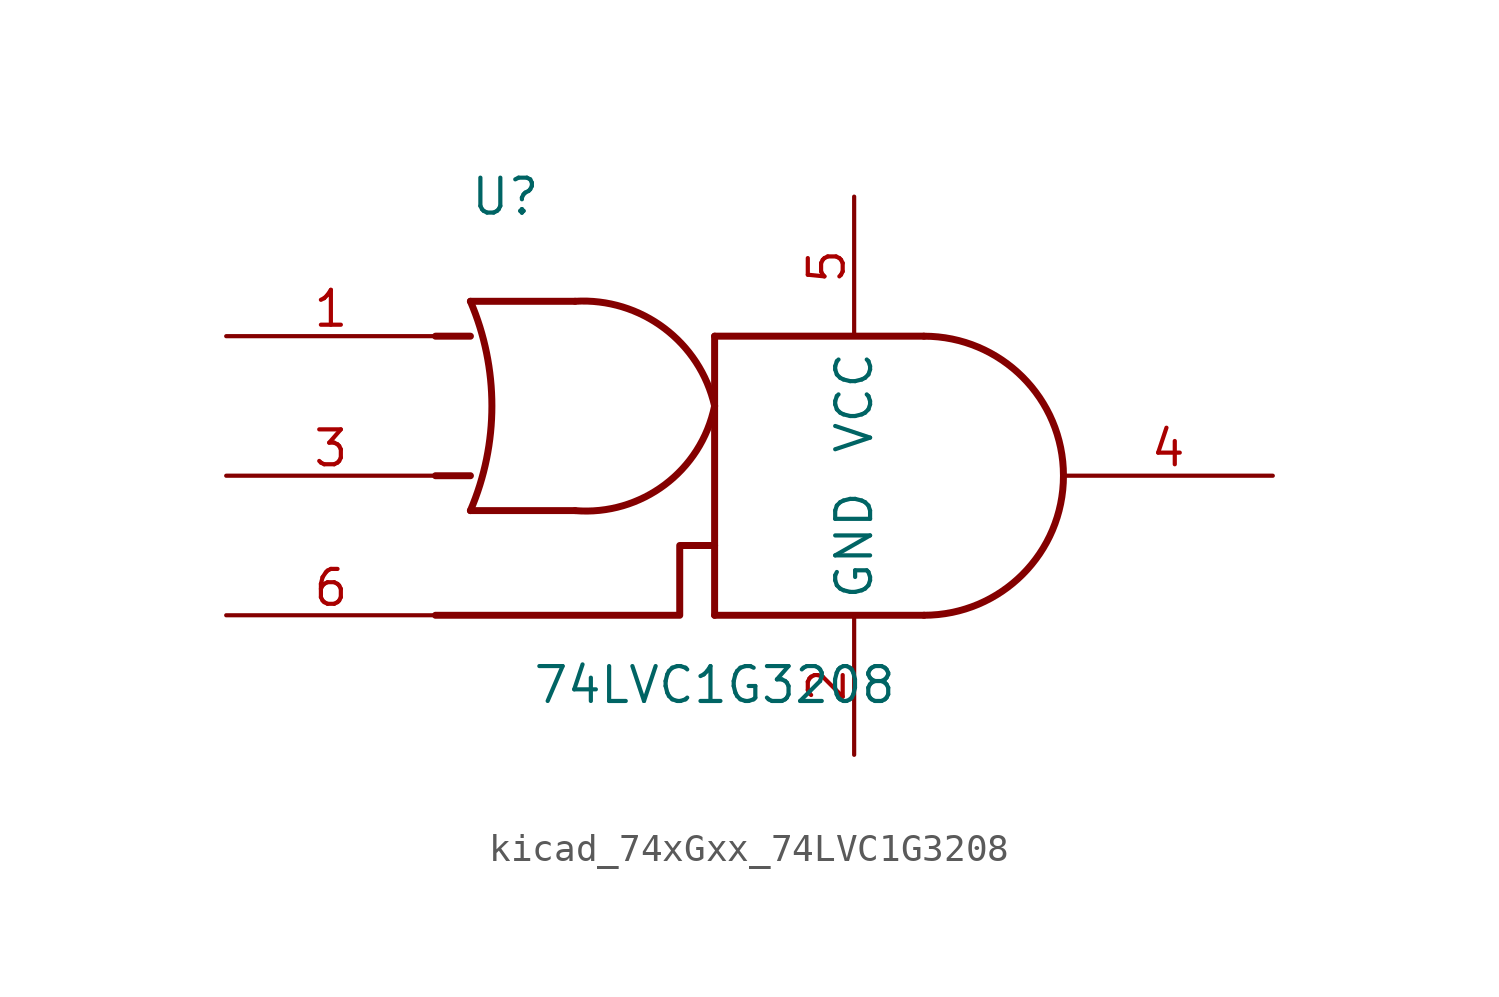
<source format=kicad_sym>
(kicad_symbol_lib
  (version 20220914)
  (generator kicad_symbol_editor)
  (symbol "kicad_74xGxx_74LVC1G3208"
    (property "Reference" "U"
      (at -7.62 10.16 0)
      (effects (font (size 1.27 1.27))))
    (property "Value" "74LVC1G3208"
      (at 0 -7.62 0)
      (effects (font (size 1.27 1.27))))
    (symbol "kicad_74xGxx_74LVC1G3208_0_1"
      (arc (start -8.89 -1.27) (mid -8.108 2.54) (end -8.89 6.35) (stroke (width 0.254) (type default)) (fill (type none)))
      (arc (start -5.08 -1.27) (mid -1.8194 -0.3322) (end 0 2.54) (stroke (width 0.254) (type default)) (fill (type none)))
      (polyline (pts (xy -10.16 0) (xy -8.89 0)) (stroke (width 0.254) (type default)) (fill (type background)))
      (polyline (pts (xy -10.16 5.08) (xy -8.89 5.08)) (stroke (width 0.254) (type default)) (fill (type background)))
      (polyline (pts (xy -5.08 -1.27) (xy -8.89 -1.27)) (stroke (width 0.254) (type default)) (fill (type background)))
      (polyline (pts (xy -5.08 6.35) (xy -8.89 6.35)) (stroke (width 0.254) (type default)) (fill (type background)))
      (polyline (pts (xy 0 5.08) (xy 0 -5.08)) (stroke (width 0.254) (type default)) (fill (type background)))
      (polyline (pts (xy 7.62 -5.08) (xy 0 -5.08)) (stroke (width 0.254) (type default)) (fill (type background)))
      (polyline (pts (xy 7.62 5.08) (xy 0 5.08)) (stroke (width 0.254) (type default)) (fill (type background)))
      (polyline (pts (xy 0 -2.54) (xy -1.27 -2.54) (xy -1.27 -3.81) (xy -1.27 -5.08) (xy -10.16 -5.08)) (stroke (width 0.254) (type default)) (fill (type none)))
      (arc (start 0 2.54) (mid -1.8444 5.3784) (end -5.08 6.35) (stroke (width 0.254) (type default)) (fill (type none)))
      (arc (start 7.62 -5.08) (mid 12.6779 0) (end 7.62 5.08) (stroke (width 0.254) (type default)) (fill (type none))))
    (symbol "kicad_74xGxx_74LVC1G3208_1_1"
      (pin input line (at -17.78 5.08 0) (length 7.62) (name "~" (effects (font (size 1.27 1.27)))) (number "1" (effects (font (size 1.27 1.27)))))
      (pin power_in line (at 5.08 -10.16 90) (length 5.08) (name "GND" (effects (font (size 1.27 1.27)))) (number "2" (effects (font (size 1.27 1.27)))))
      (pin input line (at -17.78 0 0) (length 7.62) (name "~" (effects (font (size 1.27 1.27)))) (number "3" (effects (font (size 1.27 1.27)))))
      (pin output line (at 20.32 0 180) (length 7.62) (name "~" (effects (font (size 1.27 1.27)))) (number "4" (effects (font (size 1.27 1.27)))))
      (pin power_in line (at 5.08 10.16 270) (length 5.08) (name "VCC" (effects (font (size 1.27 1.27)))) (number "5" (effects (font (size 1.27 1.27)))))
      (pin input line (at -17.78 -5.08 0) (length 7.62) (name "~" (effects (font (size 1.27 1.27)))) (number "6" (effects (font (size 1.27 1.27))))))))
</source>
